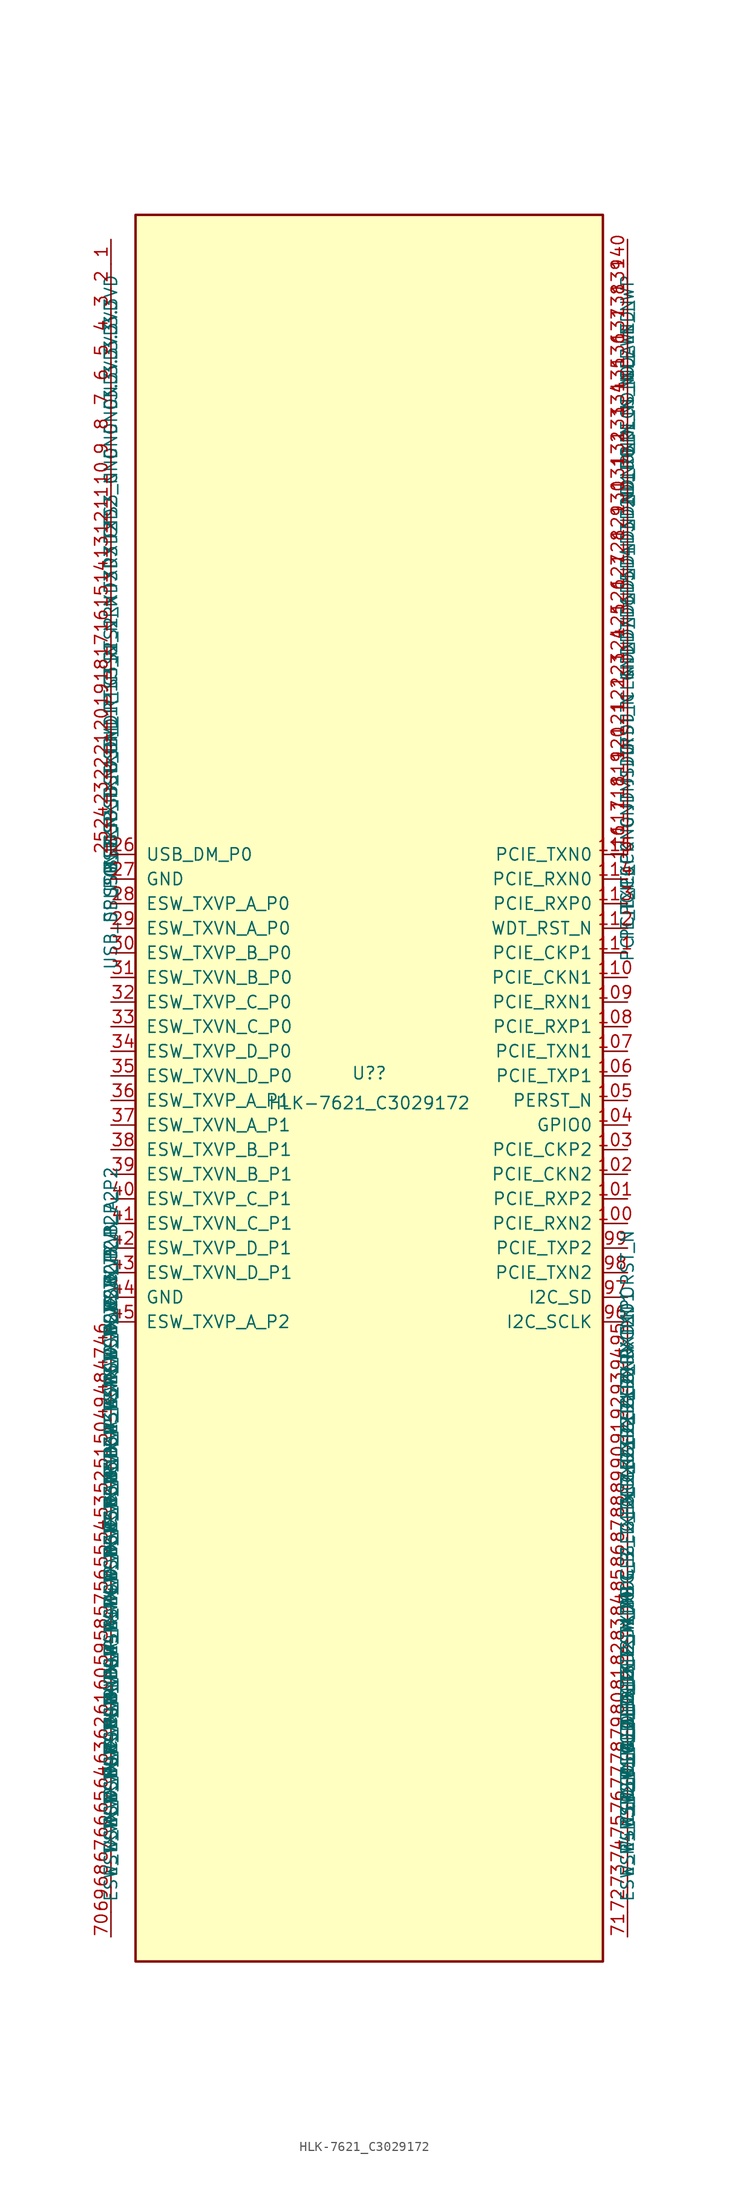
<source format=kicad_sym>
(kicad_symbol_lib
  (version 20231120)
  (generator "ai-eda-lcsc-mcp")
  (generator_version "1.0.0")
  (symbol "LCSC:HLK-7621_C3029172"
    (pin_names
      (offset 1.016))
    (property "Reference" "U?"
      (at 0 1.54 0)
      (effects (font (size 1.27 1.27))))
    (property "Value" "HLK-7621_C3029172"
      (at 0 -1.54 0)
      (effects (font (size 1.27 1.27))))
    (symbol "HLK-7621_C3029172_1_1"
      (rectangle (start -24.13 90.17) (end 24.13 -90.17) (stroke (width 0.254) (type default)) (fill (type background)))
      (pin unspecified line (at -26.67 87.63 270) (length 2.54) (name "3.3VD" (effects (font (size 1.27 1.27)))) (number "1" (effects (font (size 1.27 1.27)))))
      (pin unspecified line (at -26.67 85.09 270) (length 2.54) (name "3.3VD" (effects (font (size 1.27 1.27)))) (number "2" (effects (font (size 1.27 1.27)))))
      (pin unspecified line (at -26.67 82.55 270) (length 2.54) (name "3.3VD" (effects (font (size 1.27 1.27)))) (number "3" (effects (font (size 1.27 1.27)))))
      (pin unspecified line (at -26.67 80.01 270) (length 2.54) (name "3.3VD" (effects (font (size 1.27 1.27)))) (number "4" (effects (font (size 1.27 1.27)))))
      (pin unspecified line (at -26.67 77.47 270) (length 2.54) (name "GND" (effects (font (size 1.27 1.27)))) (number "5" (effects (font (size 1.27 1.27)))))
      (pin unspecified line (at -26.67 74.93 270) (length 2.54) (name "GND" (effects (font (size 1.27 1.27)))) (number "6" (effects (font (size 1.27 1.27)))))
      (pin unspecified line (at -26.67 72.39 270) (length 2.54) (name "GND" (effects (font (size 1.27 1.27)))) (number "7" (effects (font (size 1.27 1.27)))))
      (pin unspecified line (at -26.67 69.85 270) (length 2.54) (name "GND" (effects (font (size 1.27 1.27)))) (number "8" (effects (font (size 1.27 1.27)))))
      (pin unspecified line (at -26.67 67.31 270) (length 2.54) (name "CTS3_N" (effects (font (size 1.27 1.27)))) (number "9" (effects (font (size 1.27 1.27)))))
      (pin unspecified line (at -26.67 64.77 270) (length 2.54) (name "TXD2" (effects (font (size 1.27 1.27)))) (number "10" (effects (font (size 1.27 1.27)))))
      (pin unspecified line (at -26.67 62.23 270) (length 2.54) (name "RXD2" (effects (font (size 1.27 1.27)))) (number "11" (effects (font (size 1.27 1.27)))))
      (pin unspecified line (at -26.67 59.69 270) (length 2.54) (name "TXD3" (effects (font (size 1.27 1.27)))) (number "12" (effects (font (size 1.27 1.27)))))
      (pin unspecified line (at -26.67 57.15 270) (length 2.54) (name "RXD3" (effects (font (size 1.27 1.27)))) (number "13" (effects (font (size 1.27 1.27)))))
      (pin unspecified line (at -26.67 54.61 270) (length 2.54) (name "RTS2_N" (effects (font (size 1.27 1.27)))) (number "14" (effects (font (size 1.27 1.27)))))
      (pin unspecified line (at -26.67 52.07 270) (length 2.54) (name "CTS2_N" (effects (font (size 1.27 1.27)))) (number "15" (effects (font (size 1.27 1.27)))))
      (pin unspecified line (at -26.67 49.53 270) (length 2.54) (name "RTS3_N" (effects (font (size 1.27 1.27)))) (number "16" (effects (font (size 1.27 1.27)))))
      (pin unspecified line (at -26.67 46.99 270) (length 2.54) (name "USB_DP_1P" (effects (font (size 1.27 1.27)))) (number "17" (effects (font (size 1.27 1.27)))))
      (pin unspecified line (at -26.67 44.45 270) (length 2.54) (name "USB_DM_1P" (effects (font (size 1.27 1.27)))) (number "18" (effects (font (size 1.27 1.27)))))
      (pin unspecified line (at -26.67 41.91 270) (length 2.54) (name "GND" (effects (font (size 1.27 1.27)))) (number "19" (effects (font (size 1.27 1.27)))))
      (pin unspecified line (at -26.67 39.37 270) (length 2.54) (name "SSUSB_TXP" (effects (font (size 1.27 1.27)))) (number "20" (effects (font (size 1.27 1.27)))))
      (pin unspecified line (at -26.67 36.83 270) (length 2.54) (name "SSUSB_TXN" (effects (font (size 1.27 1.27)))) (number "21" (effects (font (size 1.27 1.27)))))
      (pin unspecified line (at -26.67 34.29 270) (length 2.54) (name "SSUSB_RXP" (effects (font (size 1.27 1.27)))) (number "22" (effects (font (size 1.27 1.27)))))
      (pin unspecified line (at -26.67 31.75 270) (length 2.54) (name "SSUSB_RXN" (effects (font (size 1.27 1.27)))) (number "23" (effects (font (size 1.27 1.27)))))
      (pin unspecified line (at -26.67 29.21 270) (length 2.54) (name "GND" (effects (font (size 1.27 1.27)))) (number "24" (effects (font (size 1.27 1.27)))))
      (pin unspecified line (at -26.67 26.67 270) (length 2.54) (name "USB_DP_P0" (effects (font (size 1.27 1.27)))) (number "25" (effects (font (size 1.27 1.27)))))
      (pin unspecified line (at -26.67 24.13 0) (length 2.54) (name "USB_DM_P0" (effects (font (size 1.27 1.27)))) (number "26" (effects (font (size 1.27 1.27)))))
      (pin unspecified line (at -26.67 21.59 0) (length 2.54) (name "GND" (effects (font (size 1.27 1.27)))) (number "27" (effects (font (size 1.27 1.27)))))
      (pin unspecified line (at -26.67 19.05 0) (length 2.54) (name "ESW_TXVP_A_P0" (effects (font (size 1.27 1.27)))) (number "28" (effects (font (size 1.27 1.27)))))
      (pin unspecified line (at -26.67 16.51 0) (length 2.54) (name "ESW_TXVN_A_P0" (effects (font (size 1.27 1.27)))) (number "29" (effects (font (size 1.27 1.27)))))
      (pin unspecified line (at -26.67 13.97 0) (length 2.54) (name "ESW_TXVP_B_P0" (effects (font (size 1.27 1.27)))) (number "30" (effects (font (size 1.27 1.27)))))
      (pin unspecified line (at -26.67 11.43 0) (length 2.54) (name "ESW_TXVN_B_P0" (effects (font (size 1.27 1.27)))) (number "31" (effects (font (size 1.27 1.27)))))
      (pin unspecified line (at -26.67 8.89 0) (length 2.54) (name "ESW_TXVP_C_P0" (effects (font (size 1.27 1.27)))) (number "32" (effects (font (size 1.27 1.27)))))
      (pin unspecified line (at -26.67 6.35 0) (length 2.54) (name "ESW_TXVN_C_P0" (effects (font (size 1.27 1.27)))) (number "33" (effects (font (size 1.27 1.27)))))
      (pin unspecified line (at -26.67 3.81 0) (length 2.54) (name "ESW_TXVP_D_P0" (effects (font (size 1.27 1.27)))) (number "34" (effects (font (size 1.27 1.27)))))
      (pin unspecified line (at -26.67 1.27 0) (length 2.54) (name "ESW_TXVN_D_P0" (effects (font (size 1.27 1.27)))) (number "35" (effects (font (size 1.27 1.27)))))
      (pin unspecified line (at -26.67 -1.27 0) (length 2.54) (name "ESW_TXVP_A_P1" (effects (font (size 1.27 1.27)))) (number "36" (effects (font (size 1.27 1.27)))))
      (pin unspecified line (at -26.67 -3.81 0) (length 2.54) (name "ESW_TXVN_A_P1" (effects (font (size 1.27 1.27)))) (number "37" (effects (font (size 1.27 1.27)))))
      (pin unspecified line (at -26.67 -6.35 0) (length 2.54) (name "ESW_TXVP_B_P1" (effects (font (size 1.27 1.27)))) (number "38" (effects (font (size 1.27 1.27)))))
      (pin unspecified line (at -26.67 -8.89 0) (length 2.54) (name "ESW_TXVN_B_P1" (effects (font (size 1.27 1.27)))) (number "39" (effects (font (size 1.27 1.27)))))
      (pin unspecified line (at -26.67 -11.43 0) (length 2.54) (name "ESW_TXVP_C_P1" (effects (font (size 1.27 1.27)))) (number "40" (effects (font (size 1.27 1.27)))))
      (pin unspecified line (at -26.67 -13.97 0) (length 2.54) (name "ESW_TXVN_C_P1" (effects (font (size 1.27 1.27)))) (number "41" (effects (font (size 1.27 1.27)))))
      (pin unspecified line (at -26.67 -16.51 0) (length 2.54) (name "ESW_TXVP_D_P1" (effects (font (size 1.27 1.27)))) (number "42" (effects (font (size 1.27 1.27)))))
      (pin unspecified line (at -26.67 -19.05 0) (length 2.54) (name "ESW_TXVN_D_P1" (effects (font (size 1.27 1.27)))) (number "43" (effects (font (size 1.27 1.27)))))
      (pin unspecified line (at -26.67 -21.59 0) (length 2.54) (name "GND" (effects (font (size 1.27 1.27)))) (number "44" (effects (font (size 1.27 1.27)))))
      (pin unspecified line (at -26.67 -24.13 0) (length 2.54) (name "ESW_TXVP_A_P2" (effects (font (size 1.27 1.27)))) (number "45" (effects (font (size 1.27 1.27)))))
      (pin unspecified line (at -26.67 -26.67 90) (length 2.54) (name "ESW_TXVN_A_P2" (effects (font (size 1.27 1.27)))) (number "46" (effects (font (size 1.27 1.27)))))
      (pin unspecified line (at -26.67 -29.21 90) (length 2.54) (name "ESW_TXVP_B_P2" (effects (font (size 1.27 1.27)))) (number "47" (effects (font (size 1.27 1.27)))))
      (pin unspecified line (at -26.67 -31.75 90) (length 2.54) (name "ESW_TXVN_B_P2" (effects (font (size 1.27 1.27)))) (number "48" (effects (font (size 1.27 1.27)))))
      (pin unspecified line (at -26.67 -34.29 90) (length 2.54) (name "ESW_TXVP_C_P2" (effects (font (size 1.27 1.27)))) (number "49" (effects (font (size 1.27 1.27)))))
      (pin unspecified line (at -26.67 -36.83 90) (length 2.54) (name "ESW_TXVN_C_P2" (effects (font (size 1.27 1.27)))) (number "50" (effects (font (size 1.27 1.27)))))
      (pin unspecified line (at -26.67 -39.37 90) (length 2.54) (name "ESW_TXVP_D_P2" (effects (font (size 1.27 1.27)))) (number "51" (effects (font (size 1.27 1.27)))))
      (pin unspecified line (at -26.67 -41.91 90) (length 2.54) (name "ESW_TXVN_D_P2" (effects (font (size 1.27 1.27)))) (number "52" (effects (font (size 1.27 1.27)))))
      (pin unspecified line (at -26.67 -44.45 90) (length 2.54) (name "GND" (effects (font (size 1.27 1.27)))) (number "53" (effects (font (size 1.27 1.27)))))
      (pin unspecified line (at -26.67 -46.99 90) (length 2.54) (name "ESW_TXVP_A_P3" (effects (font (size 1.27 1.27)))) (number "54" (effects (font (size 1.27 1.27)))))
      (pin unspecified line (at -26.67 -49.53 90) (length 2.54) (name "ESW_TXVN_A_P3" (effects (font (size 1.27 1.27)))) (number "55" (effects (font (size 1.27 1.27)))))
      (pin unspecified line (at -26.67 -52.07 90) (length 2.54) (name "ESW_TXVP_B_P3" (effects (font (size 1.27 1.27)))) (number "56" (effects (font (size 1.27 1.27)))))
      (pin unspecified line (at -26.67 -54.61 90) (length 2.54) (name "ESW_TXVN_B_P3" (effects (font (size 1.27 1.27)))) (number "57" (effects (font (size 1.27 1.27)))))
      (pin unspecified line (at -26.67 -57.15 90) (length 2.54) (name "ESW_TXVP_C_P3" (effects (font (size 1.27 1.27)))) (number "58" (effects (font (size 1.27 1.27)))))
      (pin unspecified line (at -26.67 -59.69 90) (length 2.54) (name "ESW_TXVN_C_P3" (effects (font (size 1.27 1.27)))) (number "59" (effects (font (size 1.27 1.27)))))
      (pin unspecified line (at -26.67 -62.23 90) (length 2.54) (name "ESW_TXVP_D_P3" (effects (font (size 1.27 1.27)))) (number "60" (effects (font (size 1.27 1.27)))))
      (pin unspecified line (at -26.67 -64.77 90) (length 2.54) (name "ESW_TXVN_D_P3" (effects (font (size 1.27 1.27)))) (number "61" (effects (font (size 1.27 1.27)))))
      (pin unspecified line (at -26.67 -67.31 90) (length 2.54) (name "GND" (effects (font (size 1.27 1.27)))) (number "62" (effects (font (size 1.27 1.27)))))
      (pin unspecified line (at -26.67 -69.85 90) (length 2.54) (name "ESW_TXVP_A_P4" (effects (font (size 1.27 1.27)))) (number "63" (effects (font (size 1.27 1.27)))))
      (pin unspecified line (at -26.67 -72.39 90) (length 2.54) (name "ESW_TXVN_A_P4" (effects (font (size 1.27 1.27)))) (number "64" (effects (font (size 1.27 1.27)))))
      (pin unspecified line (at -26.67 -74.93 90) (length 2.54) (name "ESW_TXVP_B_P4" (effects (font (size 1.27 1.27)))) (number "65" (effects (font (size 1.27 1.27)))))
      (pin unspecified line (at -26.67 -77.47 90) (length 2.54) (name "ESW_TXVN_B_P4" (effects (font (size 1.27 1.27)))) (number "66" (effects (font (size 1.27 1.27)))))
      (pin unspecified line (at -26.67 -80.01 90) (length 2.54) (name "ESW_TXVP_C_P4" (effects (font (size 1.27 1.27)))) (number "67" (effects (font (size 1.27 1.27)))))
      (pin unspecified line (at -26.67 -82.55 90) (length 2.54) (name "ESW_TXVN_C_P4" (effects (font (size 1.27 1.27)))) (number "68" (effects (font (size 1.27 1.27)))))
      (pin unspecified line (at -26.67 -85.09 90) (length 2.54) (name "ESW_TXVP_D_P4" (effects (font (size 1.27 1.27)))) (number "69" (effects (font (size 1.27 1.27)))))
      (pin unspecified line (at -26.67 -87.63 90) (length 2.54) (name "ESW_TXVN_D_P4" (effects (font (size 1.27 1.27)))) (number "70" (effects (font (size 1.27 1.27)))))
      (pin unspecified line (at 26.67 -87.63 90) (length 2.54) (name "ESW_P4_LED_0" (effects (font (size 1.27 1.27)))) (number "71" (effects (font (size 1.27 1.27)))))
      (pin unspecified line (at 26.67 -85.09 90) (length 2.54) (name "ESW_P3_LED_0" (effects (font (size 1.27 1.27)))) (number "72" (effects (font (size 1.27 1.27)))))
      (pin unspecified line (at 26.67 -82.55 90) (length 2.54) (name "ESW_P2_LED_0" (effects (font (size 1.27 1.27)))) (number "73" (effects (font (size 1.27 1.27)))))
      (pin unspecified line (at 26.67 -80.01 90) (length 2.54) (name "ESW_P1_LED_0" (effects (font (size 1.27 1.27)))) (number "74" (effects (font (size 1.27 1.27)))))
      (pin unspecified line (at 26.67 -77.47 90) (length 2.54) (name "ESW_P0_LED_0" (effects (font (size 1.27 1.27)))) (number "75" (effects (font (size 1.27 1.27)))))
      (pin unspecified line (at 26.67 -74.93 90) (length 2.54) (name "ESW_DTEST" (effects (font (size 1.27 1.27)))) (number "76" (effects (font (size 1.27 1.27)))))
      (pin unspecified line (at 26.67 -72.39 90) (length 2.54) (name "GE2_TXD3" (effects (font (size 1.27 1.27)))) (number "77" (effects (font (size 1.27 1.27)))))
      (pin unspecified line (at 26.67 -69.85 90) (length 2.54) (name "GE2_TXD2" (effects (font (size 1.27 1.27)))) (number "78" (effects (font (size 1.27 1.27)))))
      (pin unspecified line (at 26.67 -67.31 90) (length 2.54) (name "GE2_TXD1" (effects (font (size 1.27 1.27)))) (number "79" (effects (font (size 1.27 1.27)))))
      (pin unspecified line (at 26.67 -64.77 90) (length 2.54) (name "GE2_TXD0" (effects (font (size 1.27 1.27)))) (number "80" (effects (font (size 1.27 1.27)))))
      (pin unspecified line (at 26.67 -62.23 90) (length 2.54) (name "ESW_DBG_B" (effects (font (size 1.27 1.27)))) (number "81" (effects (font (size 1.27 1.27)))))
      (pin unspecified line (at 26.67 -59.69 90) (length 2.54) (name "MDIO" (effects (font (size 1.27 1.27)))) (number "82" (effects (font (size 1.27 1.27)))))
      (pin unspecified line (at 26.67 -57.15 90) (length 2.54) (name "MDC" (effects (font (size 1.27 1.27)))) (number "83" (effects (font (size 1.27 1.27)))))
      (pin unspecified line (at 26.67 -54.61 90) (length 2.54) (name "GE2_TXEN" (effects (font (size 1.27 1.27)))) (number "84" (effects (font (size 1.27 1.27)))))
      (pin unspecified line (at 26.67 -52.07 90) (length 2.54) (name "GE2_TXCLK" (effects (font (size 1.27 1.27)))) (number "85" (effects (font (size 1.27 1.27)))))
      (pin unspecified line (at 26.67 -49.53 90) (length 2.54) (name "GE2_RXD3" (effects (font (size 1.27 1.27)))) (number "86" (effects (font (size 1.27 1.27)))))
      (pin unspecified line (at 26.67 -46.99 90) (length 2.54) (name "GE2_RXD2" (effects (font (size 1.27 1.27)))) (number "87" (effects (font (size 1.27 1.27)))))
      (pin unspecified line (at 26.67 -44.45 90) (length 2.54) (name "GE2_RXD1" (effects (font (size 1.27 1.27)))) (number "88" (effects (font (size 1.27 1.27)))))
      (pin unspecified line (at 26.67 -41.91 90) (length 2.54) (name "GE2_RXD0" (effects (font (size 1.27 1.27)))) (number "89" (effects (font (size 1.27 1.27)))))
      (pin unspecified line (at 26.67 -39.37 90) (length 2.54) (name "GE2_RXDV" (effects (font (size 1.27 1.27)))) (number "90" (effects (font (size 1.27 1.27)))))
      (pin unspecified line (at 26.67 -36.83 90) (length 2.54) (name "GE2_RXCLK" (effects (font (size 1.27 1.27)))) (number "91" (effects (font (size 1.27 1.27)))))
      (pin unspecified line (at 26.67 -34.29 90) (length 2.54) (name "GND" (effects (font (size 1.27 1.27)))) (number "92" (effects (font (size 1.27 1.27)))))
      (pin unspecified line (at 26.67 -31.75 90) (length 2.54) (name "RXD1" (effects (font (size 1.27 1.27)))) (number "93" (effects (font (size 1.27 1.27)))))
      (pin unspecified line (at 26.67 -29.21 90) (length 2.54) (name "TXD1" (effects (font (size 1.27 1.27)))) (number "94" (effects (font (size 1.27 1.27)))))
      (pin unspecified line (at 26.67 -26.67 90) (length 2.54) (name "PORST_N" (effects (font (size 1.27 1.27)))) (number "95" (effects (font (size 1.27 1.27)))))
      (pin unspecified line (at 26.67 -24.13 180) (length 2.54) (name "I2C_SCLK" (effects (font (size 1.27 1.27)))) (number "96" (effects (font (size 1.27 1.27)))))
      (pin unspecified line (at 26.67 -21.59 180) (length 2.54) (name "I2C_SD" (effects (font (size 1.27 1.27)))) (number "97" (effects (font (size 1.27 1.27)))))
      (pin unspecified line (at 26.67 -19.05 180) (length 2.54) (name "PCIE_TXN2" (effects (font (size 1.27 1.27)))) (number "98" (effects (font (size 1.27 1.27)))))
      (pin unspecified line (at 26.67 -16.51 180) (length 2.54) (name "PCIE_TXP2" (effects (font (size 1.27 1.27)))) (number "99" (effects (font (size 1.27 1.27)))))
      (pin unspecified line (at 26.67 -13.97 180) (length 2.54) (name "PCIE_RXN2" (effects (font (size 1.27 1.27)))) (number "100" (effects (font (size 1.27 1.27)))))
      (pin unspecified line (at 26.67 -11.43 180) (length 2.54) (name "PCIE_RXP2" (effects (font (size 1.27 1.27)))) (number "101" (effects (font (size 1.27 1.27)))))
      (pin unspecified line (at 26.67 -8.89 180) (length 2.54) (name "PCIE_CKN2" (effects (font (size 1.27 1.27)))) (number "102" (effects (font (size 1.27 1.27)))))
      (pin unspecified line (at 26.67 -6.35 180) (length 2.54) (name "PCIE_CKP2" (effects (font (size 1.27 1.27)))) (number "103" (effects (font (size 1.27 1.27)))))
      (pin unspecified line (at 26.67 -3.81 180) (length 2.54) (name "GPIO0" (effects (font (size 1.27 1.27)))) (number "104" (effects (font (size 1.27 1.27)))))
      (pin unspecified line (at 26.67 -1.27 180) (length 2.54) (name "PERST_N" (effects (font (size 1.27 1.27)))) (number "105" (effects (font (size 1.27 1.27)))))
      (pin unspecified line (at 26.67 1.27 180) (length 2.54) (name "PCIE_TXP1" (effects (font (size 1.27 1.27)))) (number "106" (effects (font (size 1.27 1.27)))))
      (pin unspecified line (at 26.67 3.81 180) (length 2.54) (name "PCIE_TXN1" (effects (font (size 1.27 1.27)))) (number "107" (effects (font (size 1.27 1.27)))))
      (pin unspecified line (at 26.67 6.35 180) (length 2.54) (name "PCIE_RXP1" (effects (font (size 1.27 1.27)))) (number "108" (effects (font (size 1.27 1.27)))))
      (pin unspecified line (at 26.67 8.89 180) (length 2.54) (name "PCIE_RXN1" (effects (font (size 1.27 1.27)))) (number "109" (effects (font (size 1.27 1.27)))))
      (pin unspecified line (at 26.67 11.43 180) (length 2.54) (name "PCIE_CKN1" (effects (font (size 1.27 1.27)))) (number "110" (effects (font (size 1.27 1.27)))))
      (pin unspecified line (at 26.67 13.97 180) (length 2.54) (name "PCIE_CKP1" (effects (font (size 1.27 1.27)))) (number "111" (effects (font (size 1.27 1.27)))))
      (pin unspecified line (at 26.67 16.51 180) (length 2.54) (name "WDT_RST_N" (effects (font (size 1.27 1.27)))) (number "112" (effects (font (size 1.27 1.27)))))
      (pin unspecified line (at 26.67 19.05 180) (length 2.54) (name "PCIE_RXP0" (effects (font (size 1.27 1.27)))) (number "113" (effects (font (size 1.27 1.27)))))
      (pin unspecified line (at 26.67 21.59 180) (length 2.54) (name "PCIE_RXN0" (effects (font (size 1.27 1.27)))) (number "114" (effects (font (size 1.27 1.27)))))
      (pin unspecified line (at 26.67 24.13 180) (length 2.54) (name "PCIE_TXN0" (effects (font (size 1.27 1.27)))) (number "115" (effects (font (size 1.27 1.27)))))
      (pin unspecified line (at 26.67 26.67 270) (length 2.54) (name "PCIE_TXP0" (effects (font (size 1.27 1.27)))) (number "116" (effects (font (size 1.27 1.27)))))
      (pin unspecified line (at 26.67 29.21 270) (length 2.54) (name "PCIE_CKP0" (effects (font (size 1.27 1.27)))) (number "117" (effects (font (size 1.27 1.27)))))
      (pin unspecified line (at 26.67 31.75 270) (length 2.54) (name "PCIE_CKN0" (effects (font (size 1.27 1.27)))) (number "118" (effects (font (size 1.27 1.27)))))
      (pin unspecified line (at 26.67 34.29 270) (length 2.54) (name "GND" (effects (font (size 1.27 1.27)))) (number "119" (effects (font (size 1.27 1.27)))))
      (pin unspecified line (at 26.67 36.83 270) (length 2.54) (name "JTMS" (effects (font (size 1.27 1.27)))) (number "120" (effects (font (size 1.27 1.27)))))
      (pin unspecified line (at 26.67 39.37 270) (length 2.54) (name "JTDO" (effects (font (size 1.27 1.27)))) (number "121" (effects (font (size 1.27 1.27)))))
      (pin unspecified line (at 26.67 41.91 270) (length 2.54) (name "JTDI" (effects (font (size 1.27 1.27)))) (number "122" (effects (font (size 1.27 1.27)))))
      (pin unspecified line (at 26.67 44.45 270) (length 2.54) (name "JTRST_N" (effects (font (size 1.27 1.27)))) (number "123" (effects (font (size 1.27 1.27)))))
      (pin unspecified line (at 26.67 46.99 270) (length 2.54) (name "JTCLK" (effects (font (size 1.27 1.27)))) (number "124" (effects (font (size 1.27 1.27)))))
      (pin unspecified line (at 26.67 49.53 270) (length 2.54) (name "GND" (effects (font (size 1.27 1.27)))) (number "125" (effects (font (size 1.27 1.27)))))
      (pin unspecified line (at 26.67 52.07 270) (length 2.54) (name "ND_D7" (effects (font (size 1.27 1.27)))) (number "126" (effects (font (size 1.27 1.27)))))
      (pin unspecified line (at 26.67 54.61 270) (length 2.54) (name "ND_D6" (effects (font (size 1.27 1.27)))) (number "127" (effects (font (size 1.27 1.27)))))
      (pin unspecified line (at 26.67 57.15 270) (length 2.54) (name "ND_D5" (effects (font (size 1.27 1.27)))) (number "128" (effects (font (size 1.27 1.27)))))
      (pin unspecified line (at 26.67 59.69 270) (length 2.54) (name "ND_D4" (effects (font (size 1.27 1.27)))) (number "129" (effects (font (size 1.27 1.27)))))
      (pin unspecified line (at 26.67 62.23 270) (length 2.54) (name "ND_D3" (effects (font (size 1.27 1.27)))) (number "130" (effects (font (size 1.27 1.27)))))
      (pin unspecified line (at 26.67 64.77 270) (length 2.54) (name "ND_D2" (effects (font (size 1.27 1.27)))) (number "131" (effects (font (size 1.27 1.27)))))
      (pin unspecified line (at 26.67 67.31 270) (length 2.54) (name "ND_D1" (effects (font (size 1.27 1.27)))) (number "132" (effects (font (size 1.27 1.27)))))
      (pin unspecified line (at 26.67 69.85 270) (length 2.54) (name "ND_D0" (effects (font (size 1.27 1.27)))) (number "133" (effects (font (size 1.27 1.27)))))
      (pin unspecified line (at 26.67 72.39 270) (length 2.54) (name "ND_RB_N" (effects (font (size 1.27 1.27)))) (number "134" (effects (font (size 1.27 1.27)))))
      (pin unspecified line (at 26.67 74.93 270) (length 2.54) (name "ND_RE_N" (effects (font (size 1.27 1.27)))) (number "135" (effects (font (size 1.27 1.27)))))
      (pin unspecified line (at 26.67 77.47 270) (length 2.54) (name "ND_CS_N" (effects (font (size 1.27 1.27)))) (number "136" (effects (font (size 1.27 1.27)))))
      (pin unspecified line (at 26.67 80.01 270) (length 2.54) (name "ND_CLE" (effects (font (size 1.27 1.27)))) (number "137" (effects (font (size 1.27 1.27)))))
      (pin unspecified line (at 26.67 82.55 270) (length 2.54) (name "ND_ALE" (effects (font (size 1.27 1.27)))) (number "138" (effects (font (size 1.27 1.27)))))
      (pin unspecified line (at 26.67 85.09 270) (length 2.54) (name "ND_WE_N" (effects (font (size 1.27 1.27)))) (number "139" (effects (font (size 1.27 1.27)))))
      (pin unspecified line (at 26.67 87.63 270) (length 2.54) (name "ND_WP" (effects (font (size 1.27 1.27)))) (number "140" (effects (font (size 1.27 1.27))))))))
</source>
